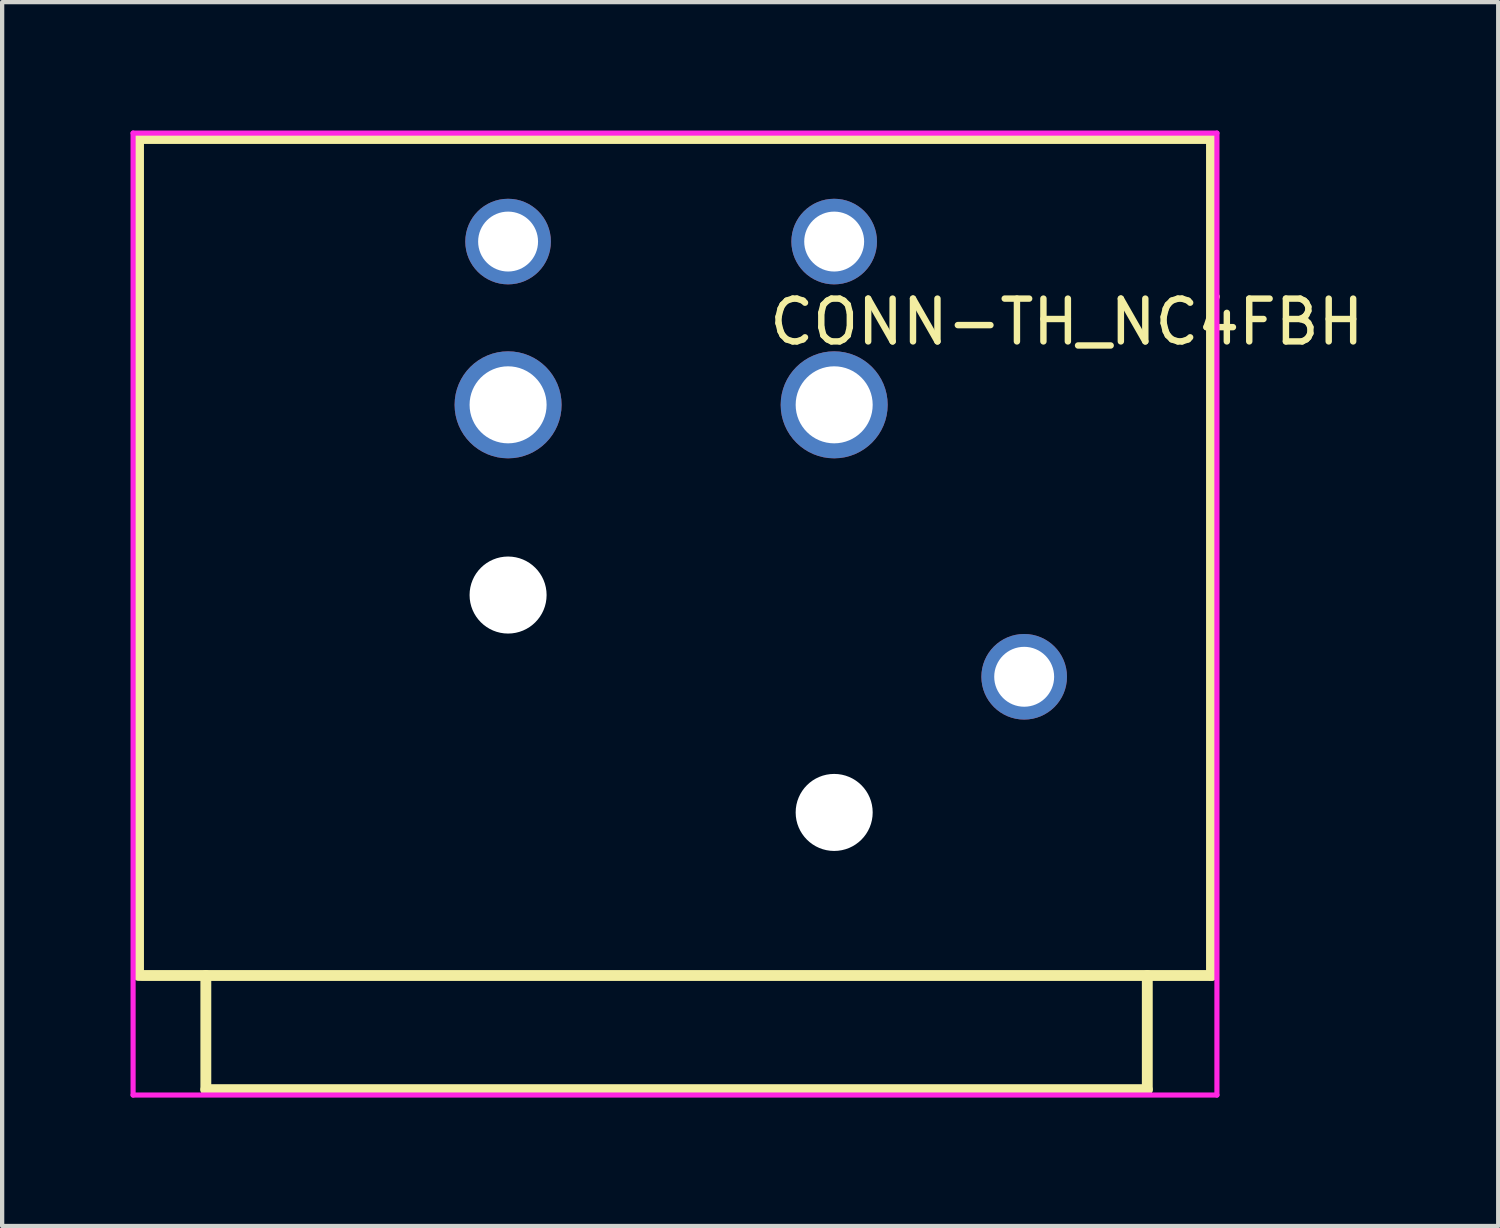
<source format=kicad_pcb>
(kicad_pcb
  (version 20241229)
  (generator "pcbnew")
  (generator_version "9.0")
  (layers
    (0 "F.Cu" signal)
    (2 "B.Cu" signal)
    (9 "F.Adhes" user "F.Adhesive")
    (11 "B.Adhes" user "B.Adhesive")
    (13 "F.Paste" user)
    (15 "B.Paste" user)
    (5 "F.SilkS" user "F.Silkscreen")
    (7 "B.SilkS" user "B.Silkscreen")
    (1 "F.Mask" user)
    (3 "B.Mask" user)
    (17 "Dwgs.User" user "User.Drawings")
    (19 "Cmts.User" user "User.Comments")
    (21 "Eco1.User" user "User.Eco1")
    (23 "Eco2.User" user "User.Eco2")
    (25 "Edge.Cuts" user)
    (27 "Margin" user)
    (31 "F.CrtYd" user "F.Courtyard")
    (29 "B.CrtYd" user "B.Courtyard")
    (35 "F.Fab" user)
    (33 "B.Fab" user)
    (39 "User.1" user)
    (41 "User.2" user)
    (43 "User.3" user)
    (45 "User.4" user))
  (footprint "CONN-TH_NC4FBH"
    (layer "F.Cu")
    (at 14.853 7.68)
    (property "Reference" "CONN-TH_NC4FBH" (at 0 -3.207 0) (layer "F.SilkS") (effects (font (size 1 1) (thickness 0.15)) (justify left)))
    (attr through_hole)
    (fp_line (start -14.666 -7.493) (end -14.666 12.065) (stroke (width 0.254) (type solid)) (layer "F.SilkS"))
    (fp_line (start -13.093 14.732) (end -13.093 12.065) (stroke (width 0.254) (type solid)) (layer "F.SilkS"))
    (fp_line (start 8.907 14.732) (end -13.093 14.732) (stroke (width 0.254) (type solid)) (layer "F.SilkS"))
    (fp_line (start 8.907 14.732) (end 8.907 12.065) (stroke (width 0.254) (type solid)) (layer "F.SilkS"))
    (fp_line (start 10.407 -7.493) (end -14.666 -7.493) (stroke (width 0.254) (type solid)) (layer "F.SilkS"))
    (fp_line (start 10.407 12.065) (end -14.593 12.065) (stroke (width 0.254) (type solid)) (layer "F.SilkS"))
    (fp_line (start 10.407 12.065) (end 10.407 -7.493) (stroke (width 0.254) (type solid)) (layer "F.SilkS"))
    (fp_circle (center -6.03 -5.085) (end -5.73 -5.085) (stroke (width 0.6) (type solid)) (fill no) (layer "Eco2.User"))
    (fp_circle (center -6.03 -1.27) (end -5.63 -1.27) (stroke (width 0.8) (type solid)) (fill no) (layer "Eco2.User"))
    (fp_circle (center -6.03 3.175) (end -5.63 3.175) (stroke (width 0.8) (type solid)) (fill no) (layer "Eco2.User"))
    (fp_circle (center 1.59 -5.085) (end 1.89 -5.085) (stroke (width 0.6) (type solid)) (fill no) (layer "Eco2.User"))
    (fp_circle (center 1.59 -1.27) (end 1.99 -1.27) (stroke (width 0.8) (type solid)) (fill no) (layer "Eco2.User"))
    (fp_circle (center 1.59 8.255) (end 1.99 8.255) (stroke (width 0.8) (type solid)) (fill no) (layer "Eco2.User"))
    (fp_circle (center 6.03 5.085) (end 6.33 5.085) (stroke (width 0.6) (type solid)) (fill no) (layer "Eco2.User"))
    (fp_circle (center 10.534 -7.62) (end 10.564 -7.62) (stroke (width 0.06) (type solid)) (fill no) (layer "Eco2.User"))
    (fp_line (start -14.793 -7.62) (end 10.534 -7.62) (stroke (width 0.12) (type solid)) (layer "F.CrtYd"))
    (fp_line (start -14.793 14.859) (end -14.793 -7.62) (stroke (width 0.12) (type solid)) (layer "F.CrtYd"))
    (fp_line (start 10.534 -7.62) (end 10.534 14.859) (stroke (width 0.12) (type solid)) (layer "F.CrtYd"))
    (fp_line (start 10.534 14.859) (end -14.793 14.859) (stroke (width 0.12) (type solid)) (layer "F.CrtYd"))
    (pad "" np_thru_hole circle (at -6.03 3.175) (size 1.8 1.8) (drill 1.8) (layers "*.Cu" "*.Mask"))
    (pad "" np_thru_hole circle (at 1.59 8.255) (size 1.8 1.8) (drill 1.8) (layers "*.Cu" "*.Mask"))
    (pad "1" thru_hole circle (at 1.59 -5.085 180) (size 2 2) (drill 1.4) (layers "*.Cu" "*.Mask"))
    (pad "2" thru_hole circle (at 1.59 -1.27 180) (size 2.5 2.5) (drill 1.8) (layers "*.Cu" "*.Mask"))
    (pad "3" thru_hole circle (at -6.03 -1.27 180) (size 2.5 2.5) (drill 1.8) (layers "*.Cu" "*.Mask"))
    (pad "4" thru_hole circle (at -6.03 -5.085 180) (size 2 2) (drill 1.4) (layers "*.Cu" "*.Mask"))
    (pad "5" thru_hole circle (at 6.03 5.085 180) (size 2 2) (drill 1.4) (layers "*.Cu" "*.Mask")))
  (gr_rect
    (start -3 -3)
    (end 31.96 25.599)
    (stroke (width 0.1) (type default))
    (fill no)
    (layer "Edge.Cuts")))
</source>
